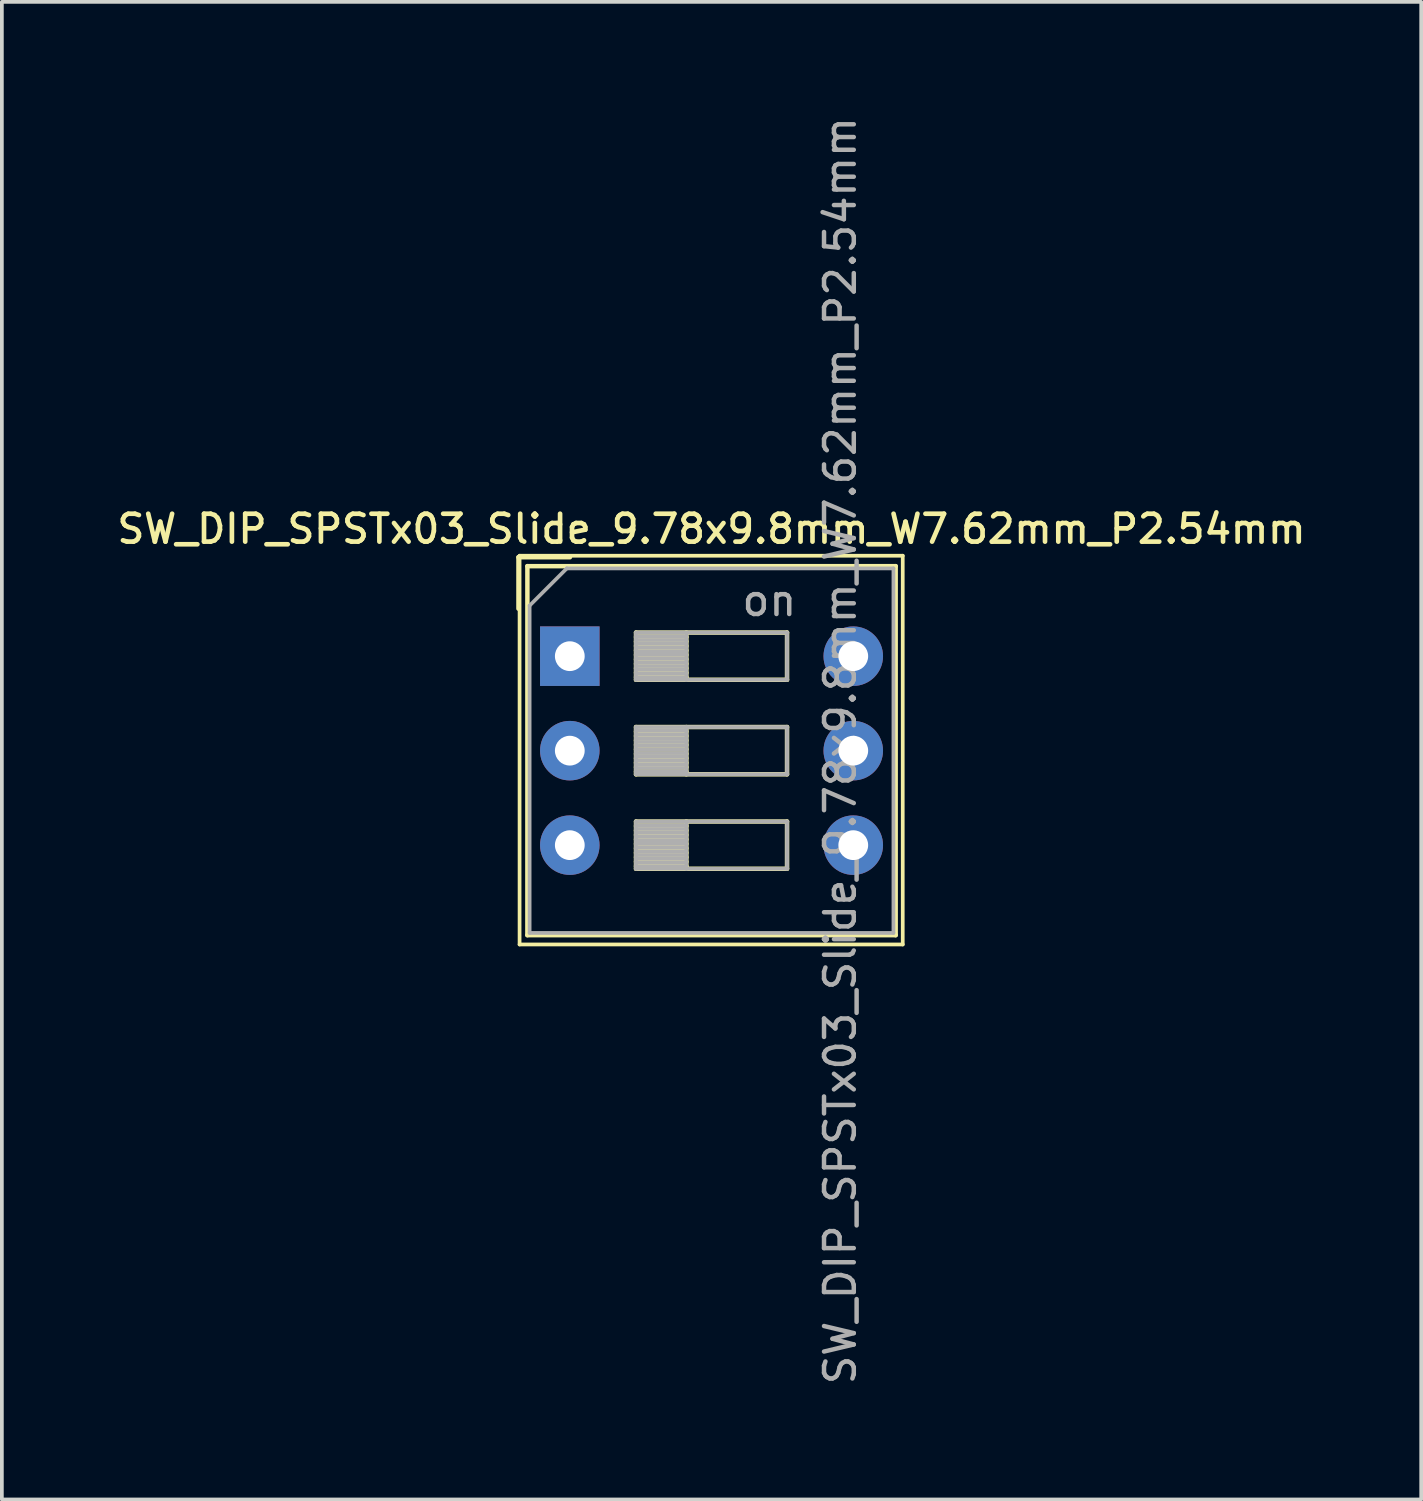
<source format=kicad_pcb>
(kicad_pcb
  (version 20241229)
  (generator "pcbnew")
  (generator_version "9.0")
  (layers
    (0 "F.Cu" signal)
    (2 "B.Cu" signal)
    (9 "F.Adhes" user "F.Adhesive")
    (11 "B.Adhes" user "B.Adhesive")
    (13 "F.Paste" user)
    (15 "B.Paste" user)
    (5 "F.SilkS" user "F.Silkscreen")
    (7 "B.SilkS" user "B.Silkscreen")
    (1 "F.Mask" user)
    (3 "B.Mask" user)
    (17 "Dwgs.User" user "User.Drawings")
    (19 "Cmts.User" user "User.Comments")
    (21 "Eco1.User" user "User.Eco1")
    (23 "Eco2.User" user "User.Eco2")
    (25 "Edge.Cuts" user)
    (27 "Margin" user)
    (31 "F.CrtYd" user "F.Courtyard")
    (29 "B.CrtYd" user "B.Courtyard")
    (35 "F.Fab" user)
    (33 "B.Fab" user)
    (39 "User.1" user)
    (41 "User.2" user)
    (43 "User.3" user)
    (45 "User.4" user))
  (footprint "SW_DIP_SPSTx03_Slide_9.78x9.8mm_W7.62mm_P2.54mm"
    (layer "F.Cu")
    (at 12.267 14.589)
    (property "Reference" "SW_DIP_SPSTx03_Slide_9.78x9.8mm_W7.62mm_P2.54mm" (at 3.81 -3.42 0) (layer "F.SilkS") (effects (font (size 0.75 0.75) (thickness 0.125))))
    (attr through_hole)
    (fp_line (start -1.38 -2.66) (end -1.38 -1.277) (stroke (width 0.12) (type solid)) (layer "F.SilkS"))
    (fp_line (start -1.38 -2.66) (end 0.004 -2.66) (stroke (width 0.12) (type solid)) (layer "F.SilkS"))
    (fp_line (start -1.35 -2.7) (end -1.35 7.75) (stroke (width 0.1) (type solid)) (layer "F.SilkS"))
    (fp_line (start -1.35 7.75) (end 8.95 7.75) (stroke (width 0.1) (type solid)) (layer "F.SilkS"))
    (fp_line (start -1.14 -2.42) (end -1.14 7.5) (stroke (width 0.12) (type solid)) (layer "F.SilkS"))
    (fp_line (start -1.14 -2.42) (end 8.76 -2.42) (stroke (width 0.12) (type solid)) (layer "F.SilkS"))
    (fp_line (start -1.14 7.5) (end 8.76 7.5) (stroke (width 0.12) (type solid)) (layer "F.SilkS"))
    (fp_line (start 1.78 -0.635) (end 1.78 0.635) (stroke (width 0.12) (type solid)) (layer "F.SilkS"))
    (fp_line (start 1.78 -0.515) (end 3.133 -0.515) (stroke (width 0.12) (type solid)) (layer "F.SilkS"))
    (fp_line (start 1.78 -0.395) (end 3.133 -0.395) (stroke (width 0.12) (type solid)) (layer "F.SilkS"))
    (fp_line (start 1.78 -0.275) (end 3.133 -0.275) (stroke (width 0.12) (type solid)) (layer "F.SilkS"))
    (fp_line (start 1.78 -0.155) (end 3.133 -0.155) (stroke (width 0.12) (type solid)) (layer "F.SilkS"))
    (fp_line (start 1.78 -0.035) (end 3.133 -0.035) (stroke (width 0.12) (type solid)) (layer "F.SilkS"))
    (fp_line (start 1.78 0.085) (end 3.133 0.085) (stroke (width 0.12) (type solid)) (layer "F.SilkS"))
    (fp_line (start 1.78 0.205) (end 3.133 0.205) (stroke (width 0.12) (type solid)) (layer "F.SilkS"))
    (fp_line (start 1.78 0.325) (end 3.133 0.325) (stroke (width 0.12) (type solid)) (layer "F.SilkS"))
    (fp_line (start 1.78 0.445) (end 3.133 0.445) (stroke (width 0.12) (type solid)) (layer "F.SilkS"))
    (fp_line (start 1.78 0.565) (end 3.133 0.565) (stroke (width 0.12) (type solid)) (layer "F.SilkS"))
    (fp_line (start 1.78 0.635) (end 5.84 0.635) (stroke (width 0.12) (type solid)) (layer "F.SilkS"))
    (fp_line (start 1.78 1.905) (end 1.78 3.175) (stroke (width 0.12) (type solid)) (layer "F.SilkS"))
    (fp_line (start 1.78 2.025) (end 3.133 2.025) (stroke (width 0.12) (type solid)) (layer "F.SilkS"))
    (fp_line (start 1.78 2.145) (end 3.133 2.145) (stroke (width 0.12) (type solid)) (layer "F.SilkS"))
    (fp_line (start 1.78 2.265) (end 3.133 2.265) (stroke (width 0.12) (type solid)) (layer "F.SilkS"))
    (fp_line (start 1.78 2.385) (end 3.133 2.385) (stroke (width 0.12) (type solid)) (layer "F.SilkS"))
    (fp_line (start 1.78 2.505) (end 3.133 2.505) (stroke (width 0.12) (type solid)) (layer "F.SilkS"))
    (fp_line (start 1.78 2.625) (end 3.133 2.625) (stroke (width 0.12) (type solid)) (layer "F.SilkS"))
    (fp_line (start 1.78 2.745) (end 3.133 2.745) (stroke (width 0.12) (type solid)) (layer "F.SilkS"))
    (fp_line (start 1.78 2.865) (end 3.133 2.865) (stroke (width 0.12) (type solid)) (layer "F.SilkS"))
    (fp_line (start 1.78 2.985) (end 3.133 2.985) (stroke (width 0.12) (type solid)) (layer "F.SilkS"))
    (fp_line (start 1.78 3.105) (end 3.133 3.105) (stroke (width 0.12) (type solid)) (layer "F.SilkS"))
    (fp_line (start 1.78 3.175) (end 5.84 3.175) (stroke (width 0.12) (type solid)) (layer "F.SilkS"))
    (fp_line (start 1.78 4.445) (end 1.78 5.715) (stroke (width 0.12) (type solid)) (layer "F.SilkS"))
    (fp_line (start 1.78 4.565) (end 3.133 4.565) (stroke (width 0.12) (type solid)) (layer "F.SilkS"))
    (fp_line (start 1.78 4.685) (end 3.133 4.685) (stroke (width 0.12) (type solid)) (layer "F.SilkS"))
    (fp_line (start 1.78 4.805) (end 3.133 4.805) (stroke (width 0.12) (type solid)) (layer "F.SilkS"))
    (fp_line (start 1.78 4.925) (end 3.133 4.925) (stroke (width 0.12) (type solid)) (layer "F.SilkS"))
    (fp_line (start 1.78 5.045) (end 3.133 5.045) (stroke (width 0.12) (type solid)) (layer "F.SilkS"))
    (fp_line (start 1.78 5.165) (end 3.133 5.165) (stroke (width 0.12) (type solid)) (layer "F.SilkS"))
    (fp_line (start 1.78 5.285) (end 3.133 5.285) (stroke (width 0.12) (type solid)) (layer "F.SilkS"))
    (fp_line (start 1.78 5.405) (end 3.133 5.405) (stroke (width 0.12) (type solid)) (layer "F.SilkS"))
    (fp_line (start 1.78 5.525) (end 3.133 5.525) (stroke (width 0.12) (type solid)) (layer "F.SilkS"))
    (fp_line (start 1.78 5.645) (end 3.133 5.645) (stroke (width 0.12) (type solid)) (layer "F.SilkS"))
    (fp_line (start 1.78 5.715) (end 5.84 5.715) (stroke (width 0.12) (type solid)) (layer "F.SilkS"))
    (fp_line (start 3.133 -0.635) (end 3.133 0.635) (stroke (width 0.12) (type solid)) (layer "F.SilkS"))
    (fp_line (start 3.133 1.905) (end 3.133 3.175) (stroke (width 0.12) (type solid)) (layer "F.SilkS"))
    (fp_line (start 3.133 4.445) (end 3.133 5.715) (stroke (width 0.12) (type solid)) (layer "F.SilkS"))
    (fp_line (start 5.84 -0.635) (end 1.78 -0.635) (stroke (width 0.12) (type solid)) (layer "F.SilkS"))
    (fp_line (start 5.84 0.635) (end 5.84 -0.635) (stroke (width 0.12) (type solid)) (layer "F.SilkS"))
    (fp_line (start 5.84 1.905) (end 1.78 1.905) (stroke (width 0.12) (type solid)) (layer "F.SilkS"))
    (fp_line (start 5.84 3.175) (end 5.84 1.905) (stroke (width 0.12) (type solid)) (layer "F.SilkS"))
    (fp_line (start 5.84 4.445) (end 1.78 4.445) (stroke (width 0.12) (type solid)) (layer "F.SilkS"))
    (fp_line (start 5.84 5.715) (end 5.84 4.445) (stroke (width 0.12) (type solid)) (layer "F.SilkS"))
    (fp_line (start 8.76 -2.42) (end 8.76 7.5) (stroke (width 0.12) (type solid)) (layer "F.SilkS"))
    (fp_line (start 8.95 -2.7) (end -1.35 -2.7) (stroke (width 0.1) (type solid)) (layer "F.SilkS"))
    (fp_line (start 8.95 7.75) (end 8.95 -2.7) (stroke (width 0.1) (type solid)) (layer "F.SilkS"))
    (fp_line (start -1.08 -1.36) (end -0.08 -2.36) (stroke (width 0.1) (type solid)) (layer "F.Fab"))
    (fp_line (start -1.08 7.44) (end -1.08 -1.36) (stroke (width 0.1) (type solid)) (layer "F.Fab"))
    (fp_line (start -0.08 -2.36) (end 8.7 -2.36) (stroke (width 0.1) (type solid)) (layer "F.Fab"))
    (fp_line (start 1.78 -0.635) (end 1.78 0.635) (stroke (width 0.1) (type solid)) (layer "F.Fab"))
    (fp_line (start 1.78 -0.535) (end 3.133 -0.535) (stroke (width 0.1) (type solid)) (layer "F.Fab"))
    (fp_line (start 1.78 -0.435) (end 3.133 -0.435) (stroke (width 0.1) (type solid)) (layer "F.Fab"))
    (fp_line (start 1.78 -0.335) (end 3.133 -0.335) (stroke (width 0.1) (type solid)) (layer "F.Fab"))
    (fp_line (start 1.78 -0.235) (end 3.133 -0.235) (stroke (width 0.1) (type solid)) (layer "F.Fab"))
    (fp_line (start 1.78 -0.135) (end 3.133 -0.135) (stroke (width 0.1) (type solid)) (layer "F.Fab"))
    (fp_line (start 1.78 -0.035) (end 3.133 -0.035) (stroke (width 0.1) (type solid)) (layer "F.Fab"))
    (fp_line (start 1.78 0.065) (end 3.133 0.065) (stroke (width 0.1) (type solid)) (layer "F.Fab"))
    (fp_line (start 1.78 0.165) (end 3.133 0.165) (stroke (width 0.1) (type solid)) (layer "F.Fab"))
    (fp_line (start 1.78 0.265) (end 3.133 0.265) (stroke (width 0.1) (type solid)) (layer "F.Fab"))
    (fp_line (start 1.78 0.365) (end 3.133 0.365) (stroke (width 0.1) (type solid)) (layer "F.Fab"))
    (fp_line (start 1.78 0.465) (end 3.133 0.465) (stroke (width 0.1) (type solid)) (layer "F.Fab"))
    (fp_line (start 1.78 0.565) (end 3.133 0.565) (stroke (width 0.1) (type solid)) (layer "F.Fab"))
    (fp_line (start 1.78 0.635) (end 5.84 0.635) (stroke (width 0.1) (type solid)) (layer "F.Fab"))
    (fp_line (start 1.78 1.905) (end 1.78 3.175) (stroke (width 0.1) (type solid)) (layer "F.Fab"))
    (fp_line (start 1.78 2.005) (end 3.133 2.005) (stroke (width 0.1) (type solid)) (layer "F.Fab"))
    (fp_line (start 1.78 2.105) (end 3.133 2.105) (stroke (width 0.1) (type solid)) (layer "F.Fab"))
    (fp_line (start 1.78 2.205) (end 3.133 2.205) (stroke (width 0.1) (type solid)) (layer "F.Fab"))
    (fp_line (start 1.78 2.305) (end 3.133 2.305) (stroke (width 0.1) (type solid)) (layer "F.Fab"))
    (fp_line (start 1.78 2.405) (end 3.133 2.405) (stroke (width 0.1) (type solid)) (layer "F.Fab"))
    (fp_line (start 1.78 2.505) (end 3.133 2.505) (stroke (width 0.1) (type solid)) (layer "F.Fab"))
    (fp_line (start 1.78 2.605) (end 3.133 2.605) (stroke (width 0.1) (type solid)) (layer "F.Fab"))
    (fp_line (start 1.78 2.705) (end 3.133 2.705) (stroke (width 0.1) (type solid)) (layer "F.Fab"))
    (fp_line (start 1.78 2.805) (end 3.133 2.805) (stroke (width 0.1) (type solid)) (layer "F.Fab"))
    (fp_line (start 1.78 2.905) (end 3.133 2.905) (stroke (width 0.1) (type solid)) (layer "F.Fab"))
    (fp_line (start 1.78 3.005) (end 3.133 3.005) (stroke (width 0.1) (type solid)) (layer "F.Fab"))
    (fp_line (start 1.78 3.105) (end 3.133 3.105) (stroke (width 0.1) (type solid)) (layer "F.Fab"))
    (fp_line (start 1.78 3.175) (end 5.84 3.175) (stroke (width 0.1) (type solid)) (layer "F.Fab"))
    (fp_line (start 1.78 4.445) (end 1.78 5.715) (stroke (width 0.1) (type solid)) (layer "F.Fab"))
    (fp_line (start 1.78 4.545) (end 3.133 4.545) (stroke (width 0.1) (type solid)) (layer "F.Fab"))
    (fp_line (start 1.78 4.645) (end 3.133 4.645) (stroke (width 0.1) (type solid)) (layer "F.Fab"))
    (fp_line (start 1.78 4.745) (end 3.133 4.745) (stroke (width 0.1) (type solid)) (layer "F.Fab"))
    (fp_line (start 1.78 4.845) (end 3.133 4.845) (stroke (width 0.1) (type solid)) (layer "F.Fab"))
    (fp_line (start 1.78 4.945) (end 3.133 4.945) (stroke (width 0.1) (type solid)) (layer "F.Fab"))
    (fp_line (start 1.78 5.045) (end 3.133 5.045) (stroke (width 0.1) (type solid)) (layer "F.Fab"))
    (fp_line (start 1.78 5.145) (end 3.133 5.145) (stroke (width 0.1) (type solid)) (layer "F.Fab"))
    (fp_line (start 1.78 5.245) (end 3.133 5.245) (stroke (width 0.1) (type solid)) (layer "F.Fab"))
    (fp_line (start 1.78 5.345) (end 3.133 5.345) (stroke (width 0.1) (type solid)) (layer "F.Fab"))
    (fp_line (start 1.78 5.445) (end 3.133 5.445) (stroke (width 0.1) (type solid)) (layer "F.Fab"))
    (fp_line (start 1.78 5.545) (end 3.133 5.545) (stroke (width 0.1) (type solid)) (layer "F.Fab"))
    (fp_line (start 1.78 5.645) (end 3.133 5.645) (stroke (width 0.1) (type solid)) (layer "F.Fab"))
    (fp_line (start 1.78 5.715) (end 5.84 5.715) (stroke (width 0.1) (type solid)) (layer "F.Fab"))
    (fp_line (start 3.133 -0.635) (end 3.133 0.635) (stroke (width 0.1) (type solid)) (layer "F.Fab"))
    (fp_line (start 3.133 1.905) (end 3.133 3.175) (stroke (width 0.1) (type solid)) (layer "F.Fab"))
    (fp_line (start 3.133 4.445) (end 3.133 5.715) (stroke (width 0.1) (type solid)) (layer "F.Fab"))
    (fp_line (start 5.84 -0.635) (end 1.78 -0.635) (stroke (width 0.1) (type solid)) (layer "F.Fab"))
    (fp_line (start 5.84 0.635) (end 5.84 -0.635) (stroke (width 0.1) (type solid)) (layer "F.Fab"))
    (fp_line (start 5.84 1.905) (end 1.78 1.905) (stroke (width 0.1) (type solid)) (layer "F.Fab"))
    (fp_line (start 5.84 3.175) (end 5.84 1.905) (stroke (width 0.1) (type solid)) (layer "F.Fab"))
    (fp_line (start 5.84 4.445) (end 1.78 4.445) (stroke (width 0.1) (type solid)) (layer "F.Fab"))
    (fp_line (start 5.84 5.715) (end 5.84 4.445) (stroke (width 0.1) (type solid)) (layer "F.Fab"))
    (fp_line (start 8.7 -2.36) (end 8.7 7.44) (stroke (width 0.1) (type solid)) (layer "F.Fab"))
    (fp_line (start 8.7 7.44) (end -1.08 7.44) (stroke (width 0.1) (type solid)) (layer "F.Fab"))
    (fp_text user "${REFERENCE}" (at 7.27 2.54 90) (layer "F.Fab") (effects (font (size 0.8 0.8) (thickness 0.12))))
    (fp_text user "on" (at 5.365 -1.498 0) (layer "F.Fab") (effects (font (size 0.8 0.8) (thickness 0.12))))
    (pad "1" thru_hole rect (at 0 0) (size 1.6 1.6) (drill 0.8) (layers "*.Cu" "*.Mask"))
    (pad "2" thru_hole oval (at 0 2.54) (size 1.6 1.6) (drill 0.8) (layers "*.Cu" "*.Mask"))
    (pad "3" thru_hole oval (at 0 5.08) (size 1.6 1.6) (drill 0.8) (layers "*.Cu" "*.Mask"))
    (pad "4" thru_hole oval (at 7.62 5.08) (size 1.6 1.6) (drill 0.8) (layers "*.Cu" "*.Mask"))
    (pad "5" thru_hole oval (at 7.62 2.54) (size 1.6 1.6) (drill 0.8) (layers "*.Cu" "*.Mask"))
    (pad "6" thru_hole oval (at 7.62 0) (size 1.6 1.6) (drill 0.8) (layers "*.Cu" "*.Mask")))
  (gr_rect
    (start -3 -3)
    (end 35.154 37.257)
    (stroke (width 0.1) (type default))
    (fill no)
    (layer "Edge.Cuts")))
</source>
